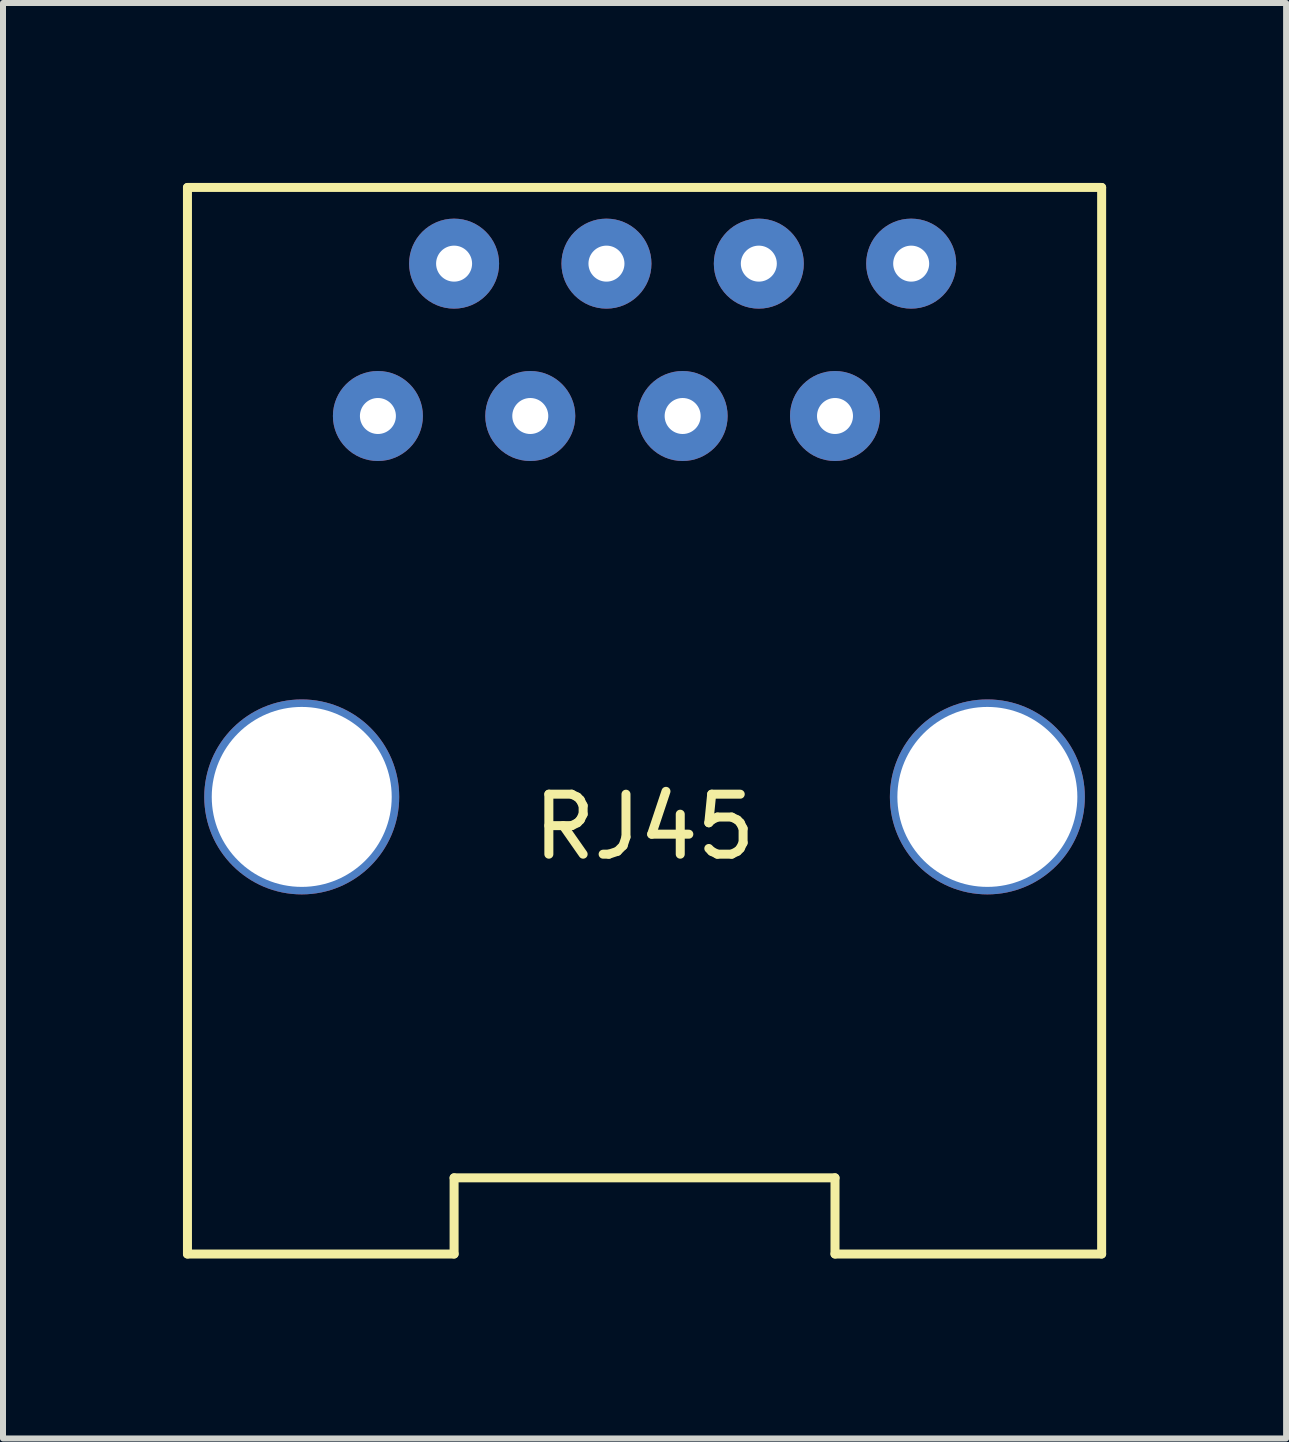
<source format=kicad_pcb>
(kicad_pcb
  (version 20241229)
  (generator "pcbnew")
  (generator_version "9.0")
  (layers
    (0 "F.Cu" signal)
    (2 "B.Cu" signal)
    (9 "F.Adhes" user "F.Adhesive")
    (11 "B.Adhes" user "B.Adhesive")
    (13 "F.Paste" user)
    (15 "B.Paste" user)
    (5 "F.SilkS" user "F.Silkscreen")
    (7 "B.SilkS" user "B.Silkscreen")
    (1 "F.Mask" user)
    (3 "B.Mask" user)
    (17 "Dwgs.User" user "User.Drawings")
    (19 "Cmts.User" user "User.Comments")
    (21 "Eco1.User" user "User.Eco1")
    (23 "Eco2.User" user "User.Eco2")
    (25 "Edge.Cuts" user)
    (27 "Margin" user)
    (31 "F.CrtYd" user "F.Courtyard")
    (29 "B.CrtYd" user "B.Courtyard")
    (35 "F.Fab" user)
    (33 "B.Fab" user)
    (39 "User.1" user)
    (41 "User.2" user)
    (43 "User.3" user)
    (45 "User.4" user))
  (footprint "RJ45"
    (layer "F.Cu")
    (at 7.695 10.235)
    (property "Reference" "RJ45" (at 0 0.5 0) (layer "F.SilkS") (effects (font (size 1 1) (thickness 0.15))))
    (attr through_hole)
    (fp_line (start -7.62 -10.16) (end 7.62 -10.16) (stroke (width 0.15) (type solid)) (layer "F.SilkS"))
    (fp_line (start -7.62 7.62) (end -7.62 -10.16) (stroke (width 0.15) (type solid)) (layer "F.SilkS"))
    (fp_line (start -7.62 7.62) (end -3.175 7.62) (stroke (width 0.15) (type solid)) (layer "F.SilkS"))
    (fp_line (start -3.175 6.35) (end 3.175 6.35) (stroke (width 0.15) (type solid)) (layer "F.SilkS"))
    (fp_line (start -3.175 7.62) (end -3.175 6.35) (stroke (width 0.15) (type solid)) (layer "F.SilkS"))
    (fp_line (start 3.175 6.35) (end 3.175 7.62) (stroke (width 0.15) (type solid)) (layer "F.SilkS"))
    (fp_line (start 3.175 7.62) (end 7.62 7.62) (stroke (width 0.15) (type solid)) (layer "F.SilkS"))
    (fp_line (start 7.62 -10.16) (end 7.62 7.62) (stroke (width 0.15) (type solid)) (layer "F.SilkS"))
    (pad "" np_thru_hole circle (at -5.715 0) (size 3.25 3.25) (drill 3) (layers "*.Cu" "*.Mask"))
    (pad "" np_thru_hole circle (at 5.715 0) (size 3.25 3.25) (drill 3) (layers "*.Cu" "*.Mask"))
    (pad "1" thru_hole circle (at -4.445 -6.35) (size 1.5 1.5) (drill 0.6) (layers "*.Cu" "*.Mask"))
    (pad "2" thru_hole circle (at -3.175 -8.89) (size 1.5 1.5) (drill 0.6) (layers "*.Cu" "*.Mask"))
    (pad "3" thru_hole circle (at -1.905 -6.35) (size 1.5 1.5) (drill 0.6) (layers "*.Cu" "*.Mask"))
    (pad "4" thru_hole circle (at -0.635 -8.89) (size 1.5 1.5) (drill 0.6) (layers "*.Cu" "*.Mask"))
    (pad "5" thru_hole circle (at 0.635 -6.35) (size 1.5 1.5) (drill 0.6) (layers "*.Cu" "*.Mask"))
    (pad "6" thru_hole circle (at 1.905 -8.89) (size 1.5 1.5) (drill 0.6) (layers "*.Cu" "*.Mask"))
    (pad "7" thru_hole circle (at 3.175 -6.35) (size 1.5 1.5) (drill 0.6) (layers "*.Cu" "*.Mask"))
    (pad "8" thru_hole circle (at 4.445 -8.89) (size 1.5 1.5) (drill 0.6) (layers "*.Cu" "*.Mask")))
  (gr_rect
    (start -3 -3)
    (end 18.39 20.93)
    (stroke (width 0.1) (type default))
    (fill no)
    (layer "Edge.Cuts")))
</source>
